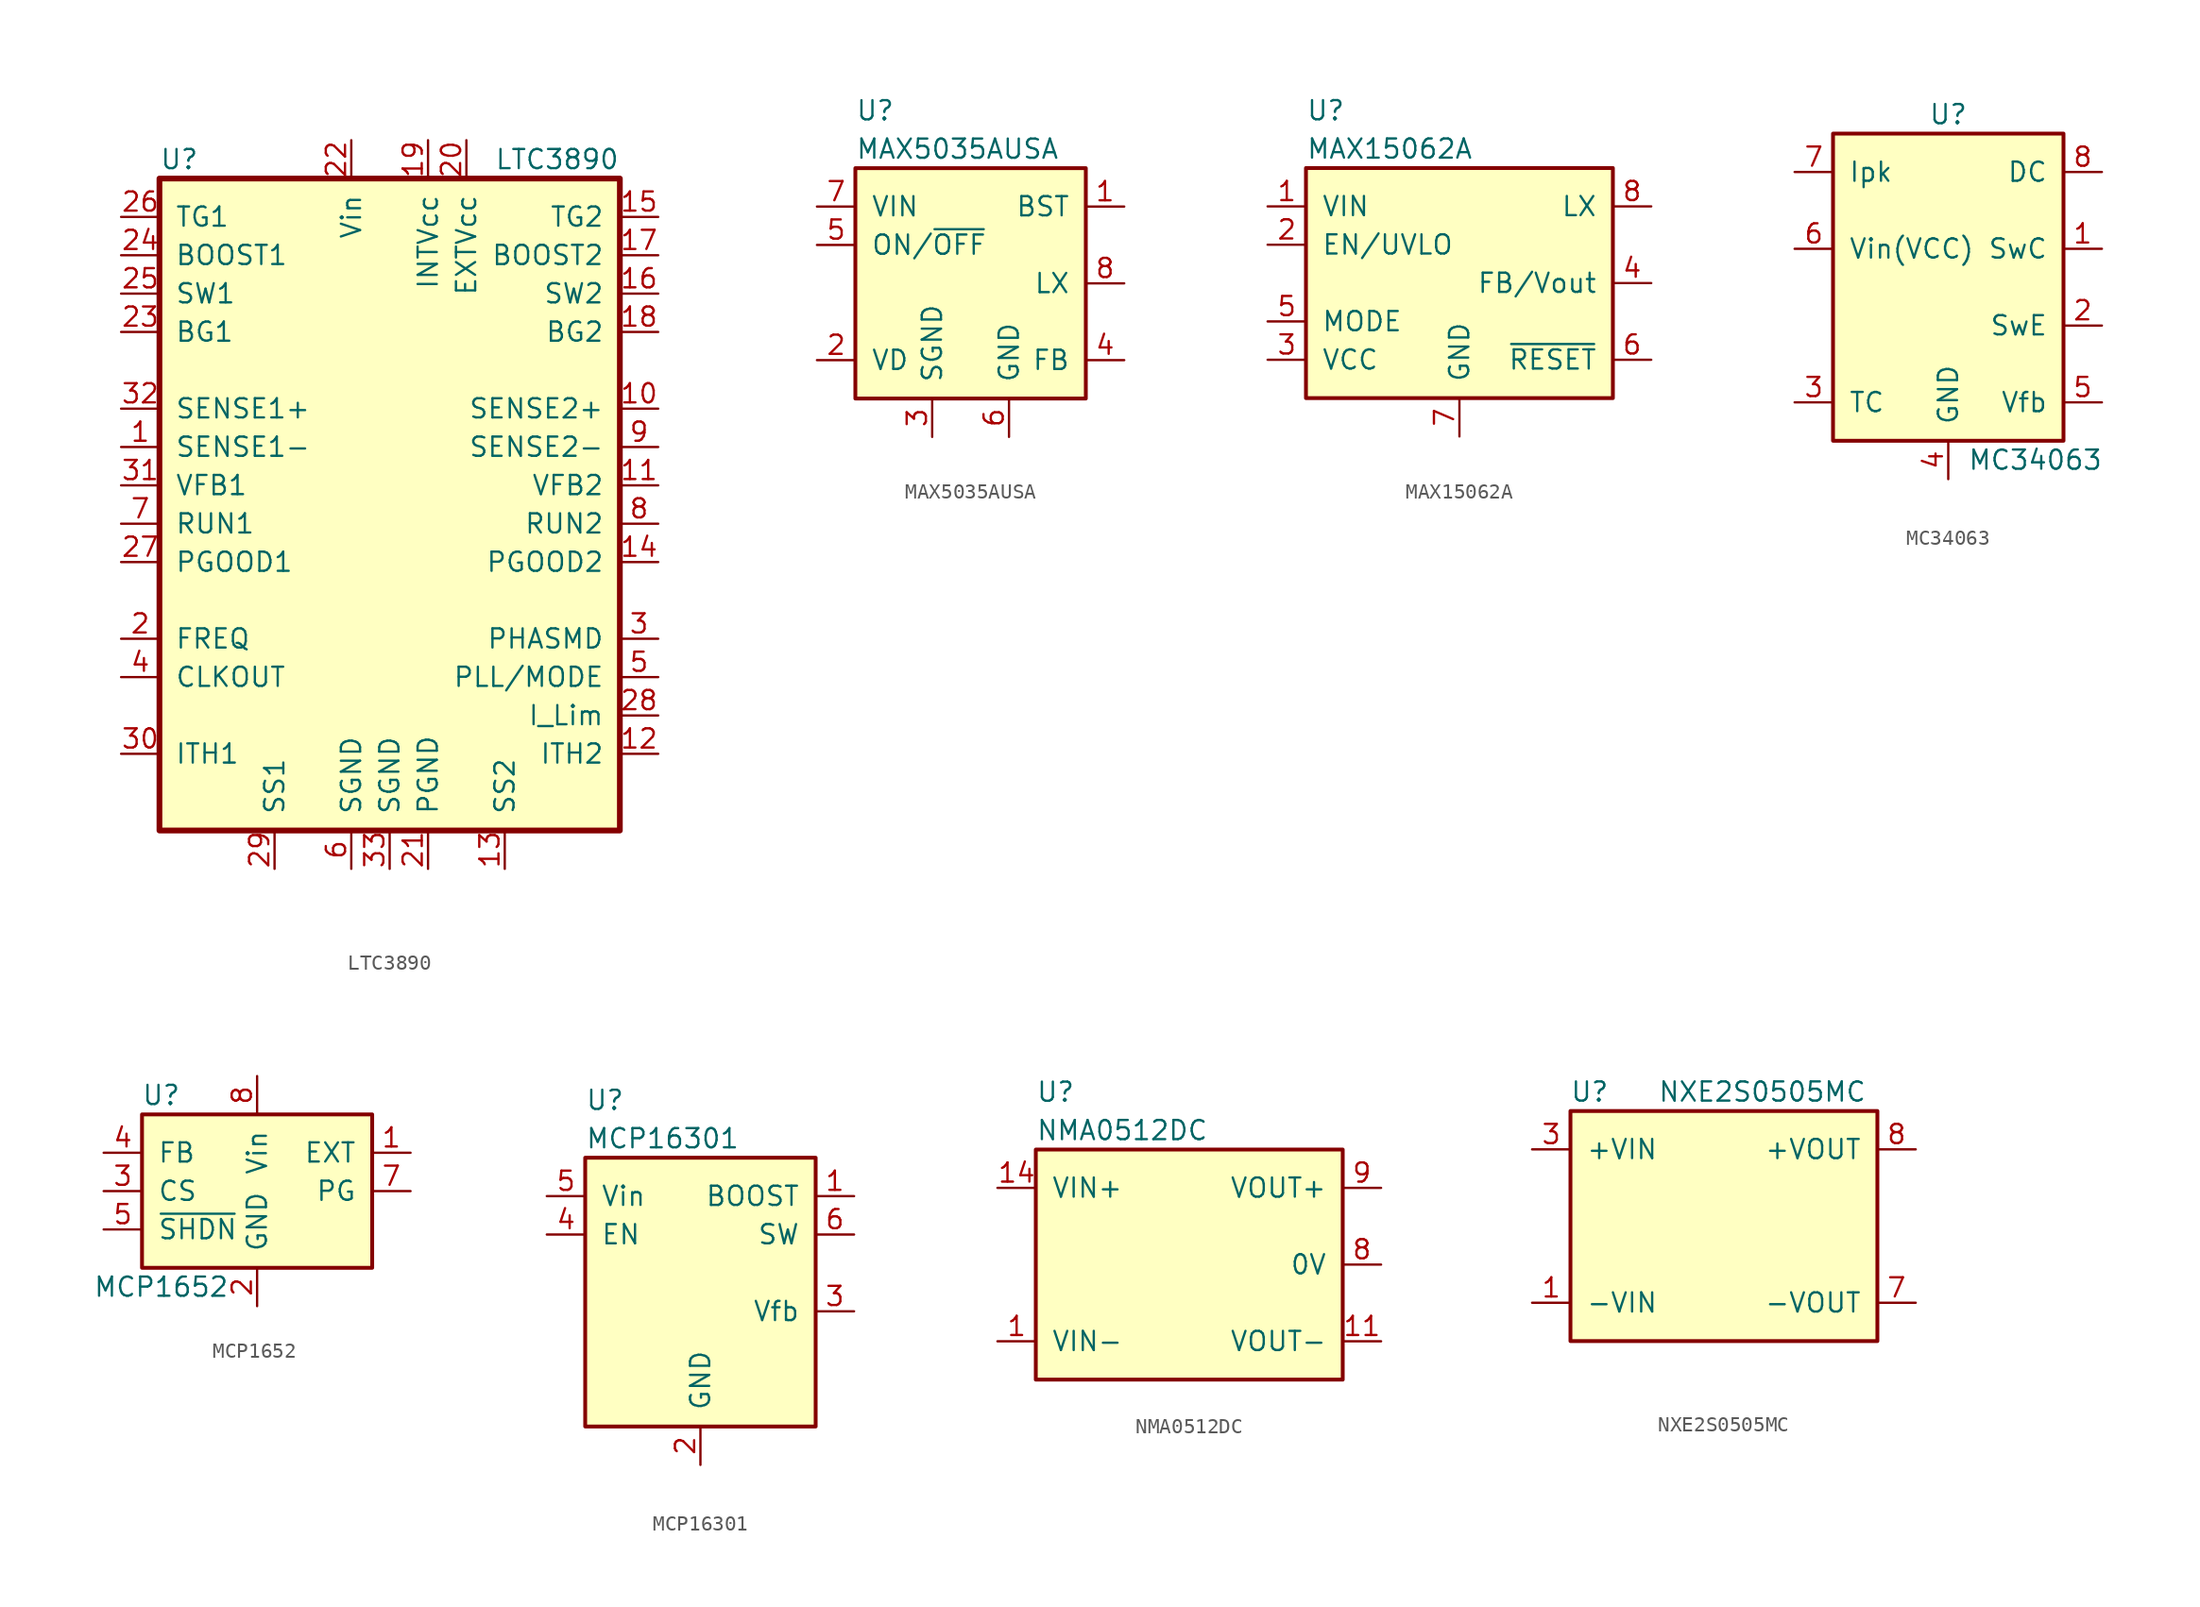
<source format=kicad_sym>
(kicad_symbol_lib
  (version 20211014)
  (generator kicad_symbol_editor)
  (symbol "LTC3890"
    (pin_names
      (offset 1.016))
    (property "Reference" "U"
      (at -15.24 6.35 0)
      (effects (font (size 1.27 1.27)) (justify left)))
    (property "Value" "LTC3890"
      (at 15.24 6.35 0)
      (effects (font (size 1.27 1.27)) (justify right)))
    (symbol "LTC3890_0_1"
      (rectangle (start -15.24 5.08) (end 15.24 -38.1) (stroke (width 0.381) (type default) (color 0 0 0 0)) (fill (type background))))
    (symbol "LTC3890_1_1"
      (pin input line (at -17.78 -12.7 0) (length 2.54) (name "SENSE1-" (effects (font (size 1.27 1.27)))) (number "1" (effects (font (size 1.27 1.27)))))
      (pin input line (at 17.78 -10.16 180) (length 2.54) (name "SENSE2+" (effects (font (size 1.27 1.27)))) (number "10" (effects (font (size 1.27 1.27)))))
      (pin input line (at 17.78 -15.24 180) (length 2.54) (name "VFB2" (effects (font (size 1.27 1.27)))) (number "11" (effects (font (size 1.27 1.27)))))
      (pin output line (at 17.78 -33.02 180) (length 2.54) (name "ITH2" (effects (font (size 1.27 1.27)))) (number "12" (effects (font (size 1.27 1.27)))))
      (pin input line (at 7.62 -40.64 90) (length 2.54) (name "SS2" (effects (font (size 1.27 1.27)))) (number "13" (effects (font (size 1.27 1.27)))))
      (pin output line (at 17.78 -20.32 180) (length 2.54) (name "PGOOD2" (effects (font (size 1.27 1.27)))) (number "14" (effects (font (size 1.27 1.27)))))
      (pin output line (at 17.78 2.54 180) (length 2.54) (name "TG2" (effects (font (size 1.27 1.27)))) (number "15" (effects (font (size 1.27 1.27)))))
      (pin output line (at 17.78 -2.54 180) (length 2.54) (name "SW2" (effects (font (size 1.27 1.27)))) (number "16" (effects (font (size 1.27 1.27)))))
      (pin output line (at 17.78 0 180) (length 2.54) (name "BOOST2" (effects (font (size 1.27 1.27)))) (number "17" (effects (font (size 1.27 1.27)))))
      (pin output line (at 17.78 -5.08 180) (length 2.54) (name "BG2" (effects (font (size 1.27 1.27)))) (number "18" (effects (font (size 1.27 1.27)))))
      (pin power_out line (at 2.54 7.62 270) (length 2.54) (name "INTVcc" (effects (font (size 1.27 1.27)))) (number "19" (effects (font (size 1.27 1.27)))))
      (pin input line (at -17.78 -25.4 0) (length 2.54) (name "FREQ" (effects (font (size 1.27 1.27)))) (number "2" (effects (font (size 1.27 1.27)))))
      (pin power_in line (at 5.08 7.62 270) (length 2.54) (name "EXTVcc" (effects (font (size 1.27 1.27)))) (number "20" (effects (font (size 1.27 1.27)))))
      (pin power_in line (at 2.54 -40.64 90) (length 2.54) (name "PGND" (effects (font (size 1.27 1.27)))) (number "21" (effects (font (size 1.27 1.27)))))
      (pin power_in line (at -2.54 7.62 270) (length 2.54) (name "Vin" (effects (font (size 1.27 1.27)))) (number "22" (effects (font (size 1.27 1.27)))))
      (pin output line (at -17.78 -5.08 0) (length 2.54) (name "BG1" (effects (font (size 1.27 1.27)))) (number "23" (effects (font (size 1.27 1.27)))))
      (pin output line (at -17.78 0 0) (length 2.54) (name "BOOST1" (effects (font (size 1.27 1.27)))) (number "24" (effects (font (size 1.27 1.27)))))
      (pin output line (at -17.78 -2.54 0) (length 2.54) (name "SW1" (effects (font (size 1.27 1.27)))) (number "25" (effects (font (size 1.27 1.27)))))
      (pin output line (at -17.78 2.54 0) (length 2.54) (name "TG1" (effects (font (size 1.27 1.27)))) (number "26" (effects (font (size 1.27 1.27)))))
      (pin output line (at -17.78 -20.32 0) (length 2.54) (name "PGOOD1" (effects (font (size 1.27 1.27)))) (number "27" (effects (font (size 1.27 1.27)))))
      (pin input line (at 17.78 -30.48 180) (length 2.54) (name "I_Lim" (effects (font (size 1.27 1.27)))) (number "28" (effects (font (size 1.27 1.27)))))
      (pin input line (at -7.62 -40.64 90) (length 2.54) (name "SS1" (effects (font (size 1.27 1.27)))) (number "29" (effects (font (size 1.27 1.27)))))
      (pin input line (at 17.78 -25.4 180) (length 2.54) (name "PHASMD" (effects (font (size 1.27 1.27)))) (number "3" (effects (font (size 1.27 1.27)))))
      (pin output line (at -17.78 -33.02 0) (length 2.54) (name "ITH1" (effects (font (size 1.27 1.27)))) (number "30" (effects (font (size 1.27 1.27)))))
      (pin input line (at -17.78 -15.24 0) (length 2.54) (name "VFB1" (effects (font (size 1.27 1.27)))) (number "31" (effects (font (size 1.27 1.27)))))
      (pin input line (at -17.78 -10.16 0) (length 2.54) (name "SENSE1+" (effects (font (size 1.27 1.27)))) (number "32" (effects (font (size 1.27 1.27)))))
      (pin power_in line (at 0 -40.64 90) (length 2.54) (name "SGND" (effects (font (size 1.27 1.27)))) (number "33" (effects (font (size 1.27 1.27)))))
      (pin output line (at -17.78 -27.94 0) (length 2.54) (name "CLKOUT" (effects (font (size 1.27 1.27)))) (number "4" (effects (font (size 1.27 1.27)))))
      (pin input line (at 17.78 -27.94 180) (length 2.54) (name "PLL/MODE" (effects (font (size 1.27 1.27)))) (number "5" (effects (font (size 1.27 1.27)))))
      (pin power_in line (at -2.54 -40.64 90) (length 2.54) (name "SGND" (effects (font (size 1.27 1.27)))) (number "6" (effects (font (size 1.27 1.27)))))
      (pin input line (at -17.78 -17.78 0) (length 2.54) (name "RUN1" (effects (font (size 1.27 1.27)))) (number "7" (effects (font (size 1.27 1.27)))))
      (pin input line (at 17.78 -17.78 180) (length 2.54) (name "RUN2" (effects (font (size 1.27 1.27)))) (number "8" (effects (font (size 1.27 1.27)))))
      (pin input line (at 17.78 -12.7 180) (length 2.54) (name "SENSE2-" (effects (font (size 1.27 1.27)))) (number "9" (effects (font (size 1.27 1.27)))))))
  (symbol "MAX5035AUSA"
    (pin_names
      (offset 1.016))
    (property "Reference" "U"
      (at -7.62 11.43 0)
      (effects (font (size 1.27 1.27)) (justify left)))
    (property "Value" "MAX5035AUSA"
      (at -7.62 8.89 0)
      (effects (font (size 1.27 1.27)) (justify left)))
    (symbol "MAX5035AUSA_0_1"
      (rectangle (start -7.62 7.62) (end 7.62 -7.62) (stroke (width 0.254) (type default) (color 0 0 0 0)) (fill (type background))))
    (symbol "MAX5035AUSA_1_1"
      (pin passive line (at 10.16 5.08 180) (length 2.54) (name "BST" (effects (font (size 1.27 1.27)))) (number "1" (effects (font (size 1.27 1.27)))))
      (pin passive line (at -10.16 -5.08 0) (length 2.54) (name "VD" (effects (font (size 1.27 1.27)))) (number "2" (effects (font (size 1.27 1.27)))))
      (pin power_in line (at -2.54 -10.16 90) (length 2.54) (name "SGND" (effects (font (size 1.27 1.27)))) (number "3" (effects (font (size 1.27 1.27)))))
      (pin input line (at 10.16 -5.08 180) (length 2.54) (name "FB" (effects (font (size 1.27 1.27)))) (number "4" (effects (font (size 1.27 1.27)))))
      (pin input line (at -10.16 2.54 0) (length 2.54) (name "ON/~{OFF}" (effects (font (size 1.27 1.27)))) (number "5" (effects (font (size 1.27 1.27)))))
      (pin power_in line (at 2.54 -10.16 90) (length 2.54) (name "GND" (effects (font (size 1.27 1.27)))) (number "6" (effects (font (size 1.27 1.27)))))
      (pin power_in line (at -10.16 5.08 0) (length 2.54) (name "VIN" (effects (font (size 1.27 1.27)))) (number "7" (effects (font (size 1.27 1.27)))))
      (pin power_in line (at 10.16 0 180) (length 2.54) (name "LX" (effects (font (size 1.27 1.27)))) (number "8" (effects (font (size 1.27 1.27)))))))
  (symbol "MAX15062A"
    (pin_names
      (offset 1.016))
    (property "Reference" "U"
      (at -10.16 11.43 0)
      (effects (font (size 1.27 1.27)) (justify left)))
    (property "Value" "MAX15062A"
      (at -10.16 8.89 0)
      (effects (font (size 1.27 1.27)) (justify left)))
    (symbol "MAX15062A_0_1"
      (rectangle (start -10.16 7.62) (end 10.16 -7.62) (stroke (width 0.254) (type default) (color 0 0 0 0)) (fill (type background))))
    (symbol "MAX15062A_1_1"
      (pin power_in line (at -12.7 5.08 0) (length 2.54) (name "VIN" (effects (font (size 1.27 1.27)))) (number "1" (effects (font (size 1.27 1.27)))))
      (pin input line (at -12.7 2.54 0) (length 2.54) (name "EN/UVLO" (effects (font (size 1.27 1.27)))) (number "2" (effects (font (size 1.27 1.27)))))
      (pin power_out line (at -12.7 -5.08 0) (length 2.54) (name "VCC" (effects (font (size 1.27 1.27)))) (number "3" (effects (font (size 1.27 1.27)))))
      (pin input line (at 12.7 0 180) (length 2.54) (name "FB/Vout" (effects (font (size 1.27 1.27)))) (number "4" (effects (font (size 1.27 1.27)))))
      (pin input line (at -12.7 -2.54 0) (length 2.54) (name "MODE" (effects (font (size 1.27 1.27)))) (number "5" (effects (font (size 1.27 1.27)))))
      (pin open_collector line (at 12.7 -5.08 180) (length 2.54) (name "~{RESET}" (effects (font (size 1.27 1.27)))) (number "6" (effects (font (size 1.27 1.27)))))
      (pin power_in line (at 0 -10.16 90) (length 2.54) (name "GND" (effects (font (size 1.27 1.27)))) (number "7" (effects (font (size 1.27 1.27)))))
      (pin power_out line (at 12.7 5.08 180) (length 2.54) (name "LX" (effects (font (size 1.27 1.27)))) (number "8" (effects (font (size 1.27 1.27)))))))
  (symbol "MC34063"
    (pin_names
      (offset 1.016))
    (property "Reference" "U"
      (at 0 11.43 0)
      (effects (font (size 1.27 1.27))))
    (property "Value" "MC34063"
      (at 1.27 -11.43 0)
      (effects (font (size 1.27 1.27)) (justify left)))
    (symbol "MC34063_0_1"
      (rectangle (start -7.62 10.16) (end 7.62 -10.16) (stroke (width 0.254) (type default) (color 0 0 0 0)) (fill (type background))))
    (symbol "MC34063_1_1"
      (pin passive line (at 10.16 2.54 180) (length 2.54) (name "SwC" (effects (font (size 1.27 1.27)))) (number "1" (effects (font (size 1.27 1.27)))))
      (pin passive line (at 10.16 -2.54 180) (length 2.54) (name "SwE" (effects (font (size 1.27 1.27)))) (number "2" (effects (font (size 1.27 1.27)))))
      (pin input line (at -10.16 -7.62 0) (length 2.54) (name "TC" (effects (font (size 1.27 1.27)))) (number "3" (effects (font (size 1.27 1.27)))))
      (pin power_in line (at 0 -12.7 90) (length 2.54) (name "GND" (effects (font (size 1.27 1.27)))) (number "4" (effects (font (size 1.27 1.27)))))
      (pin input line (at 10.16 -7.62 180) (length 2.54) (name "Vfb" (effects (font (size 1.27 1.27)))) (number "5" (effects (font (size 1.27 1.27)))))
      (pin power_in line (at -10.16 2.54 0) (length 2.54) (name "Vin(VCC)" (effects (font (size 1.27 1.27)))) (number "6" (effects (font (size 1.27 1.27)))))
      (pin input line (at -10.16 7.62 0) (length 2.54) (name "Ipk" (effects (font (size 1.27 1.27)))) (number "7" (effects (font (size 1.27 1.27)))))
      (pin passive line (at 10.16 7.62 180) (length 2.54) (name "DC" (effects (font (size 1.27 1.27)))) (number "8" (effects (font (size 1.27 1.27)))))))
  (symbol "MCP1652"
    (pin_names
      (offset 1.016))
    (property "Reference" "U"
      (at -6.35 6.35 0)
      (effects (font (size 1.27 1.27))))
    (property "Value" "MCP1652"
      (at -6.35 -6.35 0)
      (effects (font (size 1.27 1.27))))
    (symbol "MCP1652_0_1"
      (rectangle (start -7.62 5.08) (end 7.62 -5.08) (stroke (width 0.254) (type default) (color 0 0 0 0)) (fill (type background))))
    (symbol "MCP1652_1_1"
      (pin open_emitter line (at 10.16 2.54 180) (length 2.54) (name "EXT" (effects (font (size 1.27 1.27)))) (number "1" (effects (font (size 1.27 1.27)))))
      (pin power_in line (at 0 -7.62 90) (length 2.54) (name "GND" (effects (font (size 1.27 1.27)))) (number "2" (effects (font (size 1.27 1.27)))))
      (pin input line (at -10.16 0 0) (length 2.54) (name "CS" (effects (font (size 1.27 1.27)))) (number "3" (effects (font (size 1.27 1.27)))))
      (pin input line (at -10.16 2.54 0) (length 2.54) (name "FB" (effects (font (size 1.27 1.27)))) (number "4" (effects (font (size 1.27 1.27)))))
      (pin input line (at -10.16 -2.54 0) (length 2.54) (name "~{SHDN}" (effects (font (size 1.27 1.27)))) (number "5" (effects (font (size 1.27 1.27)))))
      (pin no_connect line (at 10.16 -2.54 180) (length 2.54) hide (name "NC" (effects (font (size 1.27 1.27)))) (number "6" (effects (font (size 1.27 1.27)))))
      (pin open_emitter line (at 10.16 0 180) (length 2.54) (name "PG" (effects (font (size 1.27 1.27)))) (number "7" (effects (font (size 1.27 1.27)))))
      (pin power_in line (at 0 7.62 270) (length 2.54) (name "Vin" (effects (font (size 1.27 1.27)))) (number "8" (effects (font (size 1.27 1.27)))))))
  (symbol "MCP16301"
    (pin_names
      (offset 1.016))
    (property "Reference" "U"
      (at -7.62 13.97 0)
      (effects (font (size 1.27 1.27)) (justify left)))
    (property "Value" "MCP16301"
      (at -7.62 11.43 0)
      (effects (font (size 1.27 1.27)) (justify left)))
    (symbol "MCP16301_0_1"
      (rectangle (start -7.62 10.16) (end 7.62 -7.62) (stroke (width 0.254) (type default) (color 0 0 0 0)) (fill (type background))))
    (symbol "MCP16301_1_1"
      (pin output line (at 10.16 7.62 180) (length 2.54) (name "BOOST" (effects (font (size 1.27 1.27)))) (number "1" (effects (font (size 1.27 1.27)))))
      (pin power_in line (at 0 -10.16 90) (length 2.54) (name "GND" (effects (font (size 1.27 1.27)))) (number "2" (effects (font (size 1.27 1.27)))))
      (pin input line (at 10.16 0 180) (length 2.54) (name "Vfb" (effects (font (size 1.27 1.27)))) (number "3" (effects (font (size 1.27 1.27)))))
      (pin input line (at -10.16 5.08 0) (length 2.54) (name "EN" (effects (font (size 1.27 1.27)))) (number "4" (effects (font (size 1.27 1.27)))))
      (pin power_in line (at -10.16 7.62 0) (length 2.54) (name "Vin" (effects (font (size 1.27 1.27)))) (number "5" (effects (font (size 1.27 1.27)))))
      (pin power_out line (at 10.16 5.08 180) (length 2.54) (name "SW" (effects (font (size 1.27 1.27)))) (number "6" (effects (font (size 1.27 1.27)))))))
  (symbol "NMA0512DC"
    (pin_names
      (offset 1.016))
    (property "Reference" "U"
      (at -10.16 11.43 0)
      (effects (font (size 1.27 1.27)) (justify left)))
    (property "Value" "NMA0512DC"
      (at -10.16 8.89 0)
      (effects (font (size 1.27 1.27)) (justify left)))
    (symbol "NMA0512DC_0_1"
      (rectangle (start -10.16 7.62) (end 10.16 -7.62) (stroke (width 0.254) (type default) (color 0 0 0 0)) (fill (type background))))
    (symbol "NMA0512DC_1_1"
      (pin power_in line (at -12.7 -5.08 0) (length 2.54) (name "VIN-" (effects (font (size 1.27 1.27)))) (number "1" (effects (font (size 1.27 1.27)))))
      (pin power_out line (at 12.7 -5.08 180) (length 2.54) (name "VOUT-" (effects (font (size 1.27 1.27)))) (number "11" (effects (font (size 1.27 1.27)))))
      (pin power_in line (at -12.7 5.08 0) (length 2.54) (name "VIN+" (effects (font (size 1.27 1.27)))) (number "14" (effects (font (size 1.27 1.27)))))
      (pin no_connect line (at -12.7 0 0) (length 2.54) hide (name "NC" (effects (font (size 1.27 1.27)))) (number "7" (effects (font (size 1.27 1.27)))))
      (pin power_out line (at 12.7 0 180) (length 2.54) (name "0V" (effects (font (size 1.27 1.27)))) (number "8" (effects (font (size 1.27 1.27)))))
      (pin power_out line (at 12.7 5.08 180) (length 2.54) (name "VOUT+" (effects (font (size 1.27 1.27)))) (number "9" (effects (font (size 1.27 1.27)))))))
  (symbol "NXE2S0505MC"
    (pin_names
      (offset 1.016))
    (property "Reference" "U"
      (at -8.89 8.89 0)
      (effects (font (size 1.27 1.27))))
    (property "Value" "NXE2S0505MC"
      (at 2.54 8.89 0)
      (effects (font (size 1.27 1.27))))
    (symbol "NXE2S0505MC_0_1"
      (rectangle (start -10.16 7.62) (end 10.16 -7.62) (stroke (width 0.254) (type default) (color 0 0 0 0)) (fill (type background))))
    (symbol "NXE2S0505MC_1_1"
      (pin power_in line (at -12.7 -5.08 0) (length 2.54) (name "-VIN" (effects (font (size 1.27 1.27)))) (number "1" (effects (font (size 1.27 1.27)))))
      (pin no_connect line (at 0 -10.16 90) (length 2.54) hide (name "NC" (effects (font (size 1.27 1.27)))) (number "14" (effects (font (size 1.27 1.27)))))
      (pin power_in line (at -12.7 5.08 0) (length 2.54) (name "+VIN" (effects (font (size 1.27 1.27)))) (number "3" (effects (font (size 1.27 1.27)))))
      (pin power_out line (at 12.7 -5.08 180) (length 2.54) (name "-VOUT" (effects (font (size 1.27 1.27)))) (number "7" (effects (font (size 1.27 1.27)))))
      (pin power_out line (at 12.7 5.08 180) (length 2.54) (name "+VOUT" (effects (font (size 1.27 1.27)))) (number "8" (effects (font (size 1.27 1.27))))))))
</source>
